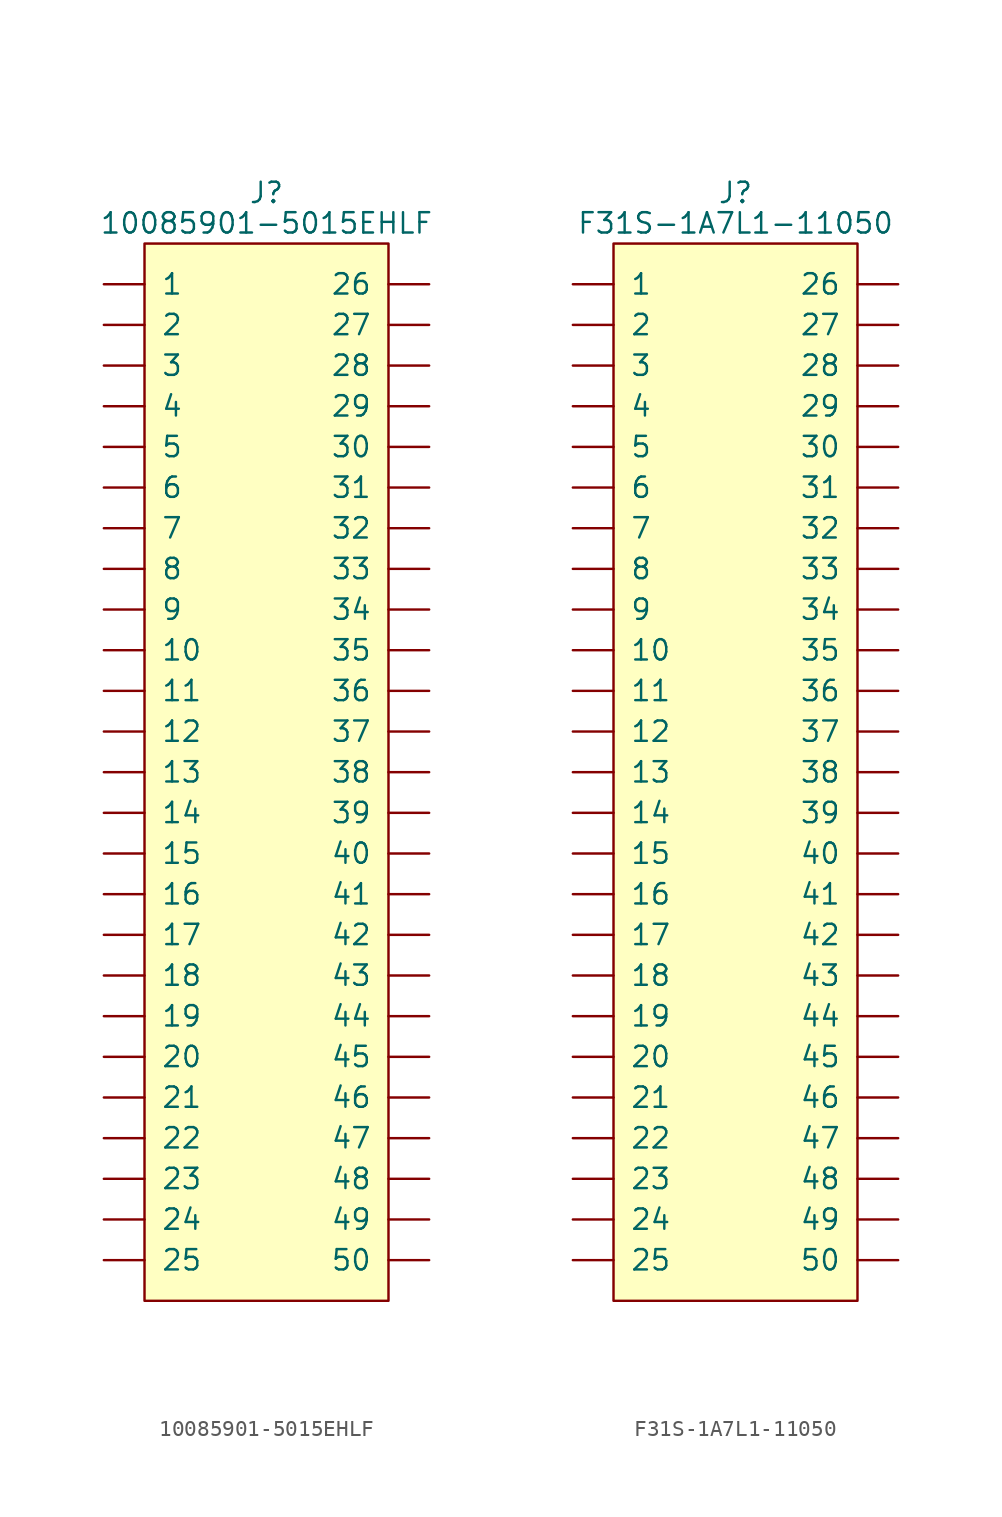
<source format=kicad_sym>
(kicad_symbol_lib
  (version 20220914)
  (generator kicad_symbol_editor)
  (symbol "10085901-5015EHLF"
    (pin_numbers hide)
    (pin_names
      (offset 1.016))
    (property "Reference" "J"
      (at 0 1.905 0)
      (effects (font (size 1.27 1.27))))
    (property "Value" "10085901-5015EHLF"
      (at 0 0 0)
      (effects (font (size 1.27 1.27))))
    (symbol "10085901-5015EHLF_0_1"
      (rectangle (start -7.62 -1.27) (end 7.62 -67.31) (stroke (width 0) (type solid)) (fill (type background))))
    (symbol "10085901-5015EHLF_1_1"
      (pin passive line (at -10.16 -3.81 0) (length 2.54) (name "1" (effects (font (size 1.27 1.27)))) (number "1" (effects (font (size 1.27 1.27)))))
      (pin passive line (at -10.16 -26.67 0) (length 2.54) (name "10" (effects (font (size 1.27 1.27)))) (number "10" (effects (font (size 1.27 1.27)))))
      (pin passive line (at -10.16 -29.21 0) (length 2.54) (name "11" (effects (font (size 1.27 1.27)))) (number "11" (effects (font (size 1.27 1.27)))))
      (pin passive line (at -10.16 -31.75 0) (length 2.54) (name "12" (effects (font (size 1.27 1.27)))) (number "12" (effects (font (size 1.27 1.27)))))
      (pin passive line (at -10.16 -34.29 0) (length 2.54) (name "13" (effects (font (size 1.27 1.27)))) (number "13" (effects (font (size 1.27 1.27)))))
      (pin passive line (at -10.16 -36.83 0) (length 2.54) (name "14" (effects (font (size 1.27 1.27)))) (number "14" (effects (font (size 1.27 1.27)))))
      (pin passive line (at -10.16 -39.37 0) (length 2.54) (name "15" (effects (font (size 1.27 1.27)))) (number "15" (effects (font (size 1.27 1.27)))))
      (pin passive line (at -10.16 -41.91 0) (length 2.54) (name "16" (effects (font (size 1.27 1.27)))) (number "16" (effects (font (size 1.27 1.27)))))
      (pin passive line (at -10.16 -44.45 0) (length 2.54) (name "17" (effects (font (size 1.27 1.27)))) (number "17" (effects (font (size 1.27 1.27)))))
      (pin passive line (at -10.16 -46.99 0) (length 2.54) (name "18" (effects (font (size 1.27 1.27)))) (number "18" (effects (font (size 1.27 1.27)))))
      (pin passive line (at -10.16 -49.53 0) (length 2.54) (name "19" (effects (font (size 1.27 1.27)))) (number "19" (effects (font (size 1.27 1.27)))))
      (pin passive line (at -10.16 -6.35 0) (length 2.54) (name "2" (effects (font (size 1.27 1.27)))) (number "2" (effects (font (size 1.27 1.27)))))
      (pin passive line (at -10.16 -52.07 0) (length 2.54) (name "20" (effects (font (size 1.27 1.27)))) (number "20" (effects (font (size 1.27 1.27)))))
      (pin passive line (at -10.16 -54.61 0) (length 2.54) (name "21" (effects (font (size 1.27 1.27)))) (number "21" (effects (font (size 1.27 1.27)))))
      (pin passive line (at -10.16 -57.15 0) (length 2.54) (name "22" (effects (font (size 1.27 1.27)))) (number "22" (effects (font (size 1.27 1.27)))))
      (pin passive line (at -10.16 -59.69 0) (length 2.54) (name "23" (effects (font (size 1.27 1.27)))) (number "23" (effects (font (size 1.27 1.27)))))
      (pin passive line (at -10.16 -62.23 0) (length 2.54) (name "24" (effects (font (size 1.27 1.27)))) (number "24" (effects (font (size 1.27 1.27)))))
      (pin passive line (at -10.16 -64.77 0) (length 2.54) (name "25" (effects (font (size 1.27 1.27)))) (number "25" (effects (font (size 1.27 1.27)))))
      (pin passive line (at 10.16 -3.81 180) (length 2.54) (name "26" (effects (font (size 1.27 1.27)))) (number "26" (effects (font (size 1.27 1.27)))))
      (pin passive line (at 10.16 -6.35 180) (length 2.54) (name "27" (effects (font (size 1.27 1.27)))) (number "27" (effects (font (size 1.27 1.27)))))
      (pin passive line (at 10.16 -8.89 180) (length 2.54) (name "28" (effects (font (size 1.27 1.27)))) (number "28" (effects (font (size 1.27 1.27)))))
      (pin passive line (at 10.16 -11.43 180) (length 2.54) (name "29" (effects (font (size 1.27 1.27)))) (number "29" (effects (font (size 1.27 1.27)))))
      (pin passive line (at -10.16 -8.89 0) (length 2.54) (name "3" (effects (font (size 1.27 1.27)))) (number "3" (effects (font (size 1.27 1.27)))))
      (pin passive line (at 10.16 -13.97 180) (length 2.54) (name "30" (effects (font (size 1.27 1.27)))) (number "30" (effects (font (size 1.27 1.27)))))
      (pin passive line (at 10.16 -16.51 180) (length 2.54) (name "31" (effects (font (size 1.27 1.27)))) (number "31" (effects (font (size 1.27 1.27)))))
      (pin passive line (at 10.16 -19.05 180) (length 2.54) (name "32" (effects (font (size 1.27 1.27)))) (number "32" (effects (font (size 1.27 1.27)))))
      (pin passive line (at 10.16 -21.59 180) (length 2.54) (name "33" (effects (font (size 1.27 1.27)))) (number "33" (effects (font (size 1.27 1.27)))))
      (pin passive line (at 10.16 -24.13 180) (length 2.54) (name "34" (effects (font (size 1.27 1.27)))) (number "34" (effects (font (size 1.27 1.27)))))
      (pin passive line (at 10.16 -26.67 180) (length 2.54) (name "35" (effects (font (size 1.27 1.27)))) (number "35" (effects (font (size 1.27 1.27)))))
      (pin passive line (at 10.16 -29.21 180) (length 2.54) (name "36" (effects (font (size 1.27 1.27)))) (number "36" (effects (font (size 1.27 1.27)))))
      (pin passive line (at 10.16 -31.75 180) (length 2.54) (name "37" (effects (font (size 1.27 1.27)))) (number "37" (effects (font (size 1.27 1.27)))))
      (pin passive line (at 10.16 -34.29 180) (length 2.54) (name "38" (effects (font (size 1.27 1.27)))) (number "38" (effects (font (size 1.27 1.27)))))
      (pin passive line (at 10.16 -36.83 180) (length 2.54) (name "39" (effects (font (size 1.27 1.27)))) (number "39" (effects (font (size 1.27 1.27)))))
      (pin passive line (at -10.16 -11.43 0) (length 2.54) (name "4" (effects (font (size 1.27 1.27)))) (number "4" (effects (font (size 1.27 1.27)))))
      (pin passive line (at 10.16 -39.37 180) (length 2.54) (name "40" (effects (font (size 1.27 1.27)))) (number "40" (effects (font (size 1.27 1.27)))))
      (pin passive line (at 10.16 -41.91 180) (length 2.54) (name "41" (effects (font (size 1.27 1.27)))) (number "41" (effects (font (size 1.27 1.27)))))
      (pin passive line (at 10.16 -44.45 180) (length 2.54) (name "42" (effects (font (size 1.27 1.27)))) (number "42" (effects (font (size 1.27 1.27)))))
      (pin passive line (at 10.16 -46.99 180) (length 2.54) (name "43" (effects (font (size 1.27 1.27)))) (number "43" (effects (font (size 1.27 1.27)))))
      (pin passive line (at 10.16 -49.53 180) (length 2.54) (name "44" (effects (font (size 1.27 1.27)))) (number "44" (effects (font (size 1.27 1.27)))))
      (pin passive line (at 10.16 -52.07 180) (length 2.54) (name "45" (effects (font (size 1.27 1.27)))) (number "45" (effects (font (size 1.27 1.27)))))
      (pin passive line (at 10.16 -54.61 180) (length 2.54) (name "46" (effects (font (size 1.27 1.27)))) (number "46" (effects (font (size 1.27 1.27)))))
      (pin passive line (at 10.16 -57.15 180) (length 2.54) (name "47" (effects (font (size 1.27 1.27)))) (number "47" (effects (font (size 1.27 1.27)))))
      (pin passive line (at 10.16 -59.69 180) (length 2.54) (name "48" (effects (font (size 1.27 1.27)))) (number "48" (effects (font (size 1.27 1.27)))))
      (pin passive line (at 10.16 -62.23 180) (length 2.54) (name "49" (effects (font (size 1.27 1.27)))) (number "49" (effects (font (size 1.27 1.27)))))
      (pin passive line (at -10.16 -13.97 0) (length 2.54) (name "5" (effects (font (size 1.27 1.27)))) (number "5" (effects (font (size 1.27 1.27)))))
      (pin passive line (at 10.16 -64.77 180) (length 2.54) (name "50" (effects (font (size 1.27 1.27)))) (number "50" (effects (font (size 1.27 1.27)))))
      (pin passive line (at -10.16 -16.51 0) (length 2.54) (name "6" (effects (font (size 1.27 1.27)))) (number "6" (effects (font (size 1.27 1.27)))))
      (pin passive line (at -10.16 -19.05 0) (length 2.54) (name "7" (effects (font (size 1.27 1.27)))) (number "7" (effects (font (size 1.27 1.27)))))
      (pin passive line (at -10.16 -21.59 0) (length 2.54) (name "8" (effects (font (size 1.27 1.27)))) (number "8" (effects (font (size 1.27 1.27)))))
      (pin passive line (at -10.16 -24.13 0) (length 2.54) (name "9" (effects (font (size 1.27 1.27)))) (number "9" (effects (font (size 1.27 1.27)))))))
  (symbol "F31S-1A7L1-11050"
    (pin_numbers hide)
    (pin_names
      (offset 1.016))
    (property "Reference" "J"
      (at 0 1.905 0)
      (effects (font (size 1.27 1.27))))
    (property "Value" "F31S-1A7L1-11050"
      (at 0 0 0)
      (effects (font (size 1.27 1.27))))
    (symbol "F31S-1A7L1-11050_0_1"
      (rectangle (start -7.62 -1.27) (end 7.62 -67.31) (stroke (width 0) (type solid)) (fill (type background))))
    (symbol "F31S-1A7L1-11050_1_1"
      (pin passive line (at -10.16 -3.81 0) (length 2.54) (name "1" (effects (font (size 1.27 1.27)))) (number "1" (effects (font (size 1.27 1.27)))))
      (pin passive line (at -10.16 -26.67 0) (length 2.54) (name "10" (effects (font (size 1.27 1.27)))) (number "10" (effects (font (size 1.27 1.27)))))
      (pin passive line (at -10.16 -29.21 0) (length 2.54) (name "11" (effects (font (size 1.27 1.27)))) (number "11" (effects (font (size 1.27 1.27)))))
      (pin passive line (at -10.16 -31.75 0) (length 2.54) (name "12" (effects (font (size 1.27 1.27)))) (number "12" (effects (font (size 1.27 1.27)))))
      (pin passive line (at -10.16 -34.29 0) (length 2.54) (name "13" (effects (font (size 1.27 1.27)))) (number "13" (effects (font (size 1.27 1.27)))))
      (pin passive line (at -10.16 -36.83 0) (length 2.54) (name "14" (effects (font (size 1.27 1.27)))) (number "14" (effects (font (size 1.27 1.27)))))
      (pin passive line (at -10.16 -39.37 0) (length 2.54) (name "15" (effects (font (size 1.27 1.27)))) (number "15" (effects (font (size 1.27 1.27)))))
      (pin passive line (at -10.16 -41.91 0) (length 2.54) (name "16" (effects (font (size 1.27 1.27)))) (number "16" (effects (font (size 1.27 1.27)))))
      (pin passive line (at -10.16 -44.45 0) (length 2.54) (name "17" (effects (font (size 1.27 1.27)))) (number "17" (effects (font (size 1.27 1.27)))))
      (pin passive line (at -10.16 -46.99 0) (length 2.54) (name "18" (effects (font (size 1.27 1.27)))) (number "18" (effects (font (size 1.27 1.27)))))
      (pin passive line (at -10.16 -49.53 0) (length 2.54) (name "19" (effects (font (size 1.27 1.27)))) (number "19" (effects (font (size 1.27 1.27)))))
      (pin passive line (at -10.16 -6.35 0) (length 2.54) (name "2" (effects (font (size 1.27 1.27)))) (number "2" (effects (font (size 1.27 1.27)))))
      (pin passive line (at -10.16 -52.07 0) (length 2.54) (name "20" (effects (font (size 1.27 1.27)))) (number "20" (effects (font (size 1.27 1.27)))))
      (pin passive line (at -10.16 -54.61 0) (length 2.54) (name "21" (effects (font (size 1.27 1.27)))) (number "21" (effects (font (size 1.27 1.27)))))
      (pin passive line (at -10.16 -57.15 0) (length 2.54) (name "22" (effects (font (size 1.27 1.27)))) (number "22" (effects (font (size 1.27 1.27)))))
      (pin passive line (at -10.16 -59.69 0) (length 2.54) (name "23" (effects (font (size 1.27 1.27)))) (number "23" (effects (font (size 1.27 1.27)))))
      (pin passive line (at -10.16 -62.23 0) (length 2.54) (name "24" (effects (font (size 1.27 1.27)))) (number "24" (effects (font (size 1.27 1.27)))))
      (pin passive line (at -10.16 -64.77 0) (length 2.54) (name "25" (effects (font (size 1.27 1.27)))) (number "25" (effects (font (size 1.27 1.27)))))
      (pin passive line (at 10.16 -3.81 180) (length 2.54) (name "26" (effects (font (size 1.27 1.27)))) (number "26" (effects (font (size 1.27 1.27)))))
      (pin passive line (at 10.16 -6.35 180) (length 2.54) (name "27" (effects (font (size 1.27 1.27)))) (number "27" (effects (font (size 1.27 1.27)))))
      (pin passive line (at 10.16 -8.89 180) (length 2.54) (name "28" (effects (font (size 1.27 1.27)))) (number "28" (effects (font (size 1.27 1.27)))))
      (pin passive line (at 10.16 -11.43 180) (length 2.54) (name "29" (effects (font (size 1.27 1.27)))) (number "29" (effects (font (size 1.27 1.27)))))
      (pin passive line (at -10.16 -8.89 0) (length 2.54) (name "3" (effects (font (size 1.27 1.27)))) (number "3" (effects (font (size 1.27 1.27)))))
      (pin passive line (at 10.16 -13.97 180) (length 2.54) (name "30" (effects (font (size 1.27 1.27)))) (number "30" (effects (font (size 1.27 1.27)))))
      (pin passive line (at 10.16 -16.51 180) (length 2.54) (name "31" (effects (font (size 1.27 1.27)))) (number "31" (effects (font (size 1.27 1.27)))))
      (pin passive line (at 10.16 -19.05 180) (length 2.54) (name "32" (effects (font (size 1.27 1.27)))) (number "32" (effects (font (size 1.27 1.27)))))
      (pin passive line (at 10.16 -21.59 180) (length 2.54) (name "33" (effects (font (size 1.27 1.27)))) (number "33" (effects (font (size 1.27 1.27)))))
      (pin passive line (at 10.16 -24.13 180) (length 2.54) (name "34" (effects (font (size 1.27 1.27)))) (number "34" (effects (font (size 1.27 1.27)))))
      (pin passive line (at 10.16 -26.67 180) (length 2.54) (name "35" (effects (font (size 1.27 1.27)))) (number "35" (effects (font (size 1.27 1.27)))))
      (pin passive line (at 10.16 -29.21 180) (length 2.54) (name "36" (effects (font (size 1.27 1.27)))) (number "36" (effects (font (size 1.27 1.27)))))
      (pin passive line (at 10.16 -31.75 180) (length 2.54) (name "37" (effects (font (size 1.27 1.27)))) (number "37" (effects (font (size 1.27 1.27)))))
      (pin passive line (at 10.16 -34.29 180) (length 2.54) (name "38" (effects (font (size 1.27 1.27)))) (number "38" (effects (font (size 1.27 1.27)))))
      (pin passive line (at 10.16 -36.83 180) (length 2.54) (name "39" (effects (font (size 1.27 1.27)))) (number "39" (effects (font (size 1.27 1.27)))))
      (pin passive line (at -10.16 -11.43 0) (length 2.54) (name "4" (effects (font (size 1.27 1.27)))) (number "4" (effects (font (size 1.27 1.27)))))
      (pin passive line (at 10.16 -39.37 180) (length 2.54) (name "40" (effects (font (size 1.27 1.27)))) (number "40" (effects (font (size 1.27 1.27)))))
      (pin passive line (at 10.16 -41.91 180) (length 2.54) (name "41" (effects (font (size 1.27 1.27)))) (number "41" (effects (font (size 1.27 1.27)))))
      (pin passive line (at 10.16 -44.45 180) (length 2.54) (name "42" (effects (font (size 1.27 1.27)))) (number "42" (effects (font (size 1.27 1.27)))))
      (pin passive line (at 10.16 -46.99 180) (length 2.54) (name "43" (effects (font (size 1.27 1.27)))) (number "43" (effects (font (size 1.27 1.27)))))
      (pin passive line (at 10.16 -49.53 180) (length 2.54) (name "44" (effects (font (size 1.27 1.27)))) (number "44" (effects (font (size 1.27 1.27)))))
      (pin passive line (at 10.16 -52.07 180) (length 2.54) (name "45" (effects (font (size 1.27 1.27)))) (number "45" (effects (font (size 1.27 1.27)))))
      (pin passive line (at 10.16 -54.61 180) (length 2.54) (name "46" (effects (font (size 1.27 1.27)))) (number "46" (effects (font (size 1.27 1.27)))))
      (pin passive line (at 10.16 -57.15 180) (length 2.54) (name "47" (effects (font (size 1.27 1.27)))) (number "47" (effects (font (size 1.27 1.27)))))
      (pin passive line (at 10.16 -59.69 180) (length 2.54) (name "48" (effects (font (size 1.27 1.27)))) (number "48" (effects (font (size 1.27 1.27)))))
      (pin passive line (at 10.16 -62.23 180) (length 2.54) (name "49" (effects (font (size 1.27 1.27)))) (number "49" (effects (font (size 1.27 1.27)))))
      (pin passive line (at -10.16 -13.97 0) (length 2.54) (name "5" (effects (font (size 1.27 1.27)))) (number "5" (effects (font (size 1.27 1.27)))))
      (pin passive line (at 10.16 -64.77 180) (length 2.54) (name "50" (effects (font (size 1.27 1.27)))) (number "50" (effects (font (size 1.27 1.27)))))
      (pin passive line (at -10.16 -16.51 0) (length 2.54) (name "6" (effects (font (size 1.27 1.27)))) (number "6" (effects (font (size 1.27 1.27)))))
      (pin passive line (at -10.16 -19.05 0) (length 2.54) (name "7" (effects (font (size 1.27 1.27)))) (number "7" (effects (font (size 1.27 1.27)))))
      (pin passive line (at -10.16 -21.59 0) (length 2.54) (name "8" (effects (font (size 1.27 1.27)))) (number "8" (effects (font (size 1.27 1.27)))))
      (pin passive line (at -10.16 -24.13 0) (length 2.54) (name "9" (effects (font (size 1.27 1.27)))) (number "9" (effects (font (size 1.27 1.27))))))))
</source>
